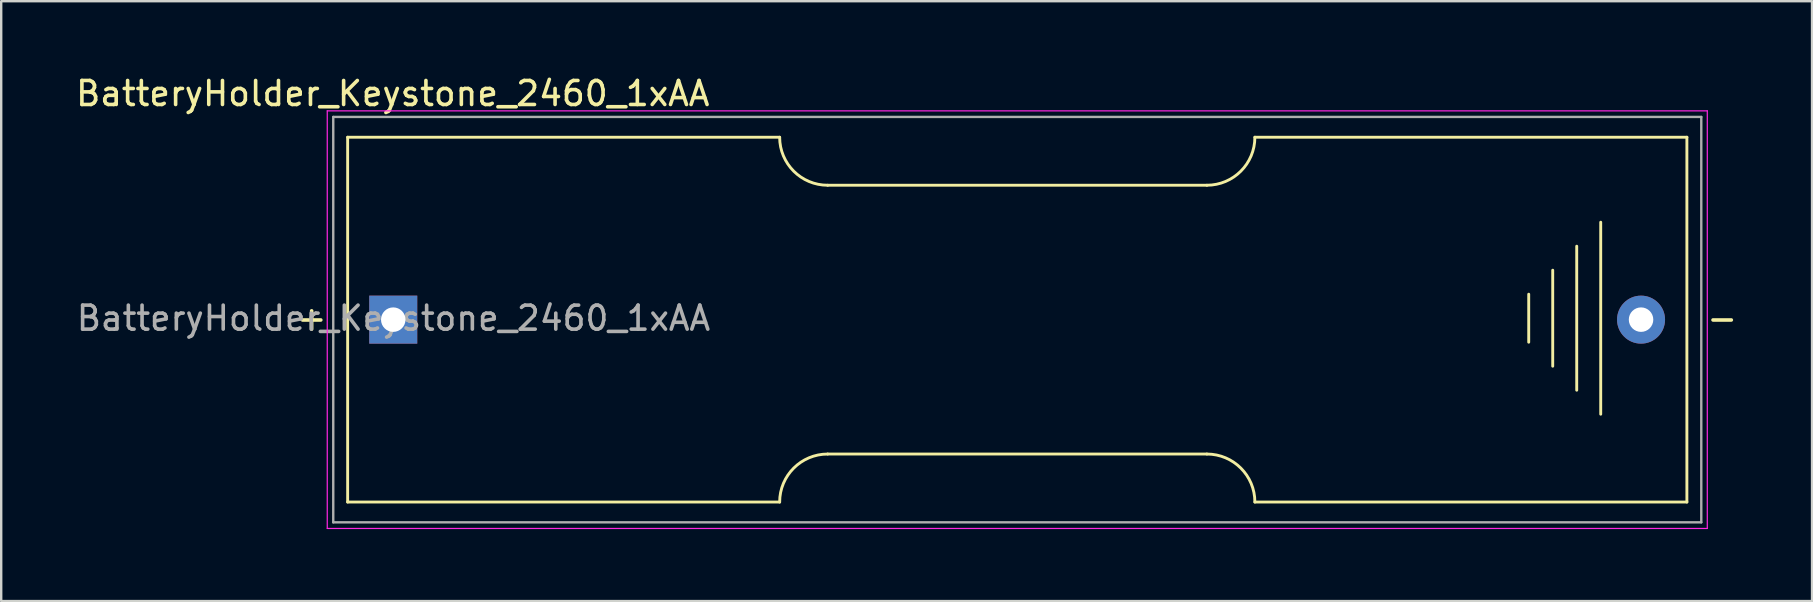
<source format=kicad_pcb>
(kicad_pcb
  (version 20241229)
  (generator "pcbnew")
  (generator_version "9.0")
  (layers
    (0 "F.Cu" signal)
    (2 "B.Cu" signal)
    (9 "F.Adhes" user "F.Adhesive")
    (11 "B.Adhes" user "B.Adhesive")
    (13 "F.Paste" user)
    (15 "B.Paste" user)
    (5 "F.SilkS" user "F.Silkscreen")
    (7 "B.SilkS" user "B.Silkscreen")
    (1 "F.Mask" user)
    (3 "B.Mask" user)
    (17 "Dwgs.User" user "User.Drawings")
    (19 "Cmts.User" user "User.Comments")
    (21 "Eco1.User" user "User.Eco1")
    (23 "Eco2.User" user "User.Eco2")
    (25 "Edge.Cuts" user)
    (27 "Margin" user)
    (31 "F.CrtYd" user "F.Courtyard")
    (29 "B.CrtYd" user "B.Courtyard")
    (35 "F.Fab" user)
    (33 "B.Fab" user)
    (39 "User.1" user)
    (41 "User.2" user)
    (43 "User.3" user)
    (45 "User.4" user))
  (footprint "BatteryHolder_Keystone_2460_1xAA"
    (layer "F.Cu")
    (at 13.335 10.268)
    (property "Reference" "BatteryHolder_Keystone_2460_1xAA" (at -0.02 -9.42 180) (layer "F.SilkS") (effects (font (size 1 1) (thickness 0.15))))
    (attr through_hole)
    (fp_line (start -1.9 -7.6) (end -1.9 7.6) (stroke (width 0.12) (type solid)) (layer "F.SilkS"))
    (fp_line (start -1.9 -7.6) (end 16.1 -7.6) (stroke (width 0.12) (type solid)) (layer "F.SilkS"))
    (fp_line (start -1.9 7.6) (end 16.1 7.6) (stroke (width 0.12) (type solid)) (layer "F.SilkS"))
    (fp_line (start 18.1 -5.6) (end 33.9 -5.6) (stroke (width 0.12) (type solid)) (layer "F.SilkS"))
    (fp_line (start 33.9 5.6) (end 18.1 5.6) (stroke (width 0.12) (type solid)) (layer "F.SilkS"))
    (fp_line (start 35.9 -7.6) (end 53.9 -7.6) (stroke (width 0.12) (type solid)) (layer "F.SilkS"))
    (fp_line (start 35.9 7.6) (end 53.9 7.6) (stroke (width 0.12) (type solid)) (layer "F.SilkS"))
    (fp_line (start 47.31 -1.06) (end 47.31 0.94) (stroke (width 0.12) (type solid)) (layer "F.SilkS"))
    (fp_line (start 48.31 -2.06) (end 48.31 1.94) (stroke (width 0.12) (type solid)) (layer "F.SilkS"))
    (fp_line (start 49.31 2.94) (end 49.31 -3.06) (stroke (width 0.12) (type solid)) (layer "F.SilkS"))
    (fp_line (start 50.31 -4.06) (end 50.31 3.94) (stroke (width 0.12) (type solid)) (layer "F.SilkS"))
    (fp_line (start 53.9 -7.6) (end 53.9 7.6) (stroke (width 0.12) (type solid)) (layer "F.SilkS"))
    (fp_arc (start 16.1 7.6) (mid 16.685786 6.185786) (end 18.1 5.6) (stroke (width 0.12) (type solid)) (layer "F.SilkS"))
    (fp_arc (start 18.1 -5.6) (mid 16.685786 -6.185786) (end 16.1 -7.6) (stroke (width 0.12) (type solid)) (layer "F.SilkS"))
    (fp_arc (start 33.9 5.6) (mid 35.314214 6.185786) (end 35.9 7.6) (stroke (width 0.12) (type solid)) (layer "F.SilkS"))
    (fp_arc (start 35.9 -7.6) (mid 35.314214 -6.185786) (end 33.9 -5.6) (stroke (width 0.12) (type solid)) (layer "F.SilkS"))
    (fp_line (start -2.75 -8.7) (end 54.75 -8.7) (stroke (width 0.05) (type solid)) (layer "F.CrtYd"))
    (fp_line (start -2.75 8.7) (end -2.75 -8.7) (stroke (width 0.05) (type solid)) (layer "F.CrtYd"))
    (fp_line (start 54.75 -8.7) (end 54.75 8.7) (stroke (width 0.05) (type solid)) (layer "F.CrtYd"))
    (fp_line (start 54.75 8.7) (end -2.75 8.7) (stroke (width 0.05) (type solid)) (layer "F.CrtYd"))
    (fp_line (start -2.5 -8.445) (end -2.5 8.445) (stroke (width 0.1) (type solid)) (layer "F.Fab"))
    (fp_line (start -2.5 8.445) (end 54.5 8.445) (stroke (width 0.1) (type solid)) (layer "F.Fab"))
    (fp_line (start 54.5 -8.445) (end -2.5 -8.445) (stroke (width 0.1) (type solid)) (layer "F.Fab"))
    (fp_line (start 54.5 8.445) (end 54.5 -8.445) (stroke (width 0.1) (type solid)) (layer "F.Fab"))
    (fp_text user "-" (at 55.37 -0.06 0) (layer "F.SilkS") (effects (font (size 1 1) (thickness 0.15))))
    (fp_text user "+" (at -3.4 -0.06 0) (layer "F.SilkS") (effects (font (size 1 1) (thickness 0.15))))
    (fp_text user "${REFERENCE}" (at 0.01 -0.06 0) (layer "F.Fab") (effects (font (size 1 1) (thickness 0.15))))
    (pad "1" thru_hole rect (at 0 0 180) (size 2 2) (drill 1.02) (layers "*.Cu" "*.Mask"))
    (pad "2" thru_hole circle (at 51.99 0 180) (size 2 2) (drill 1.02) (layers "*.Cu" "*.Mask")))
  (gr_rect
    (start -3 -3)
    (end 72.45 21.993)
    (stroke (width 0.1) (type default))
    (fill no)
    (layer "Edge.Cuts")))
</source>
